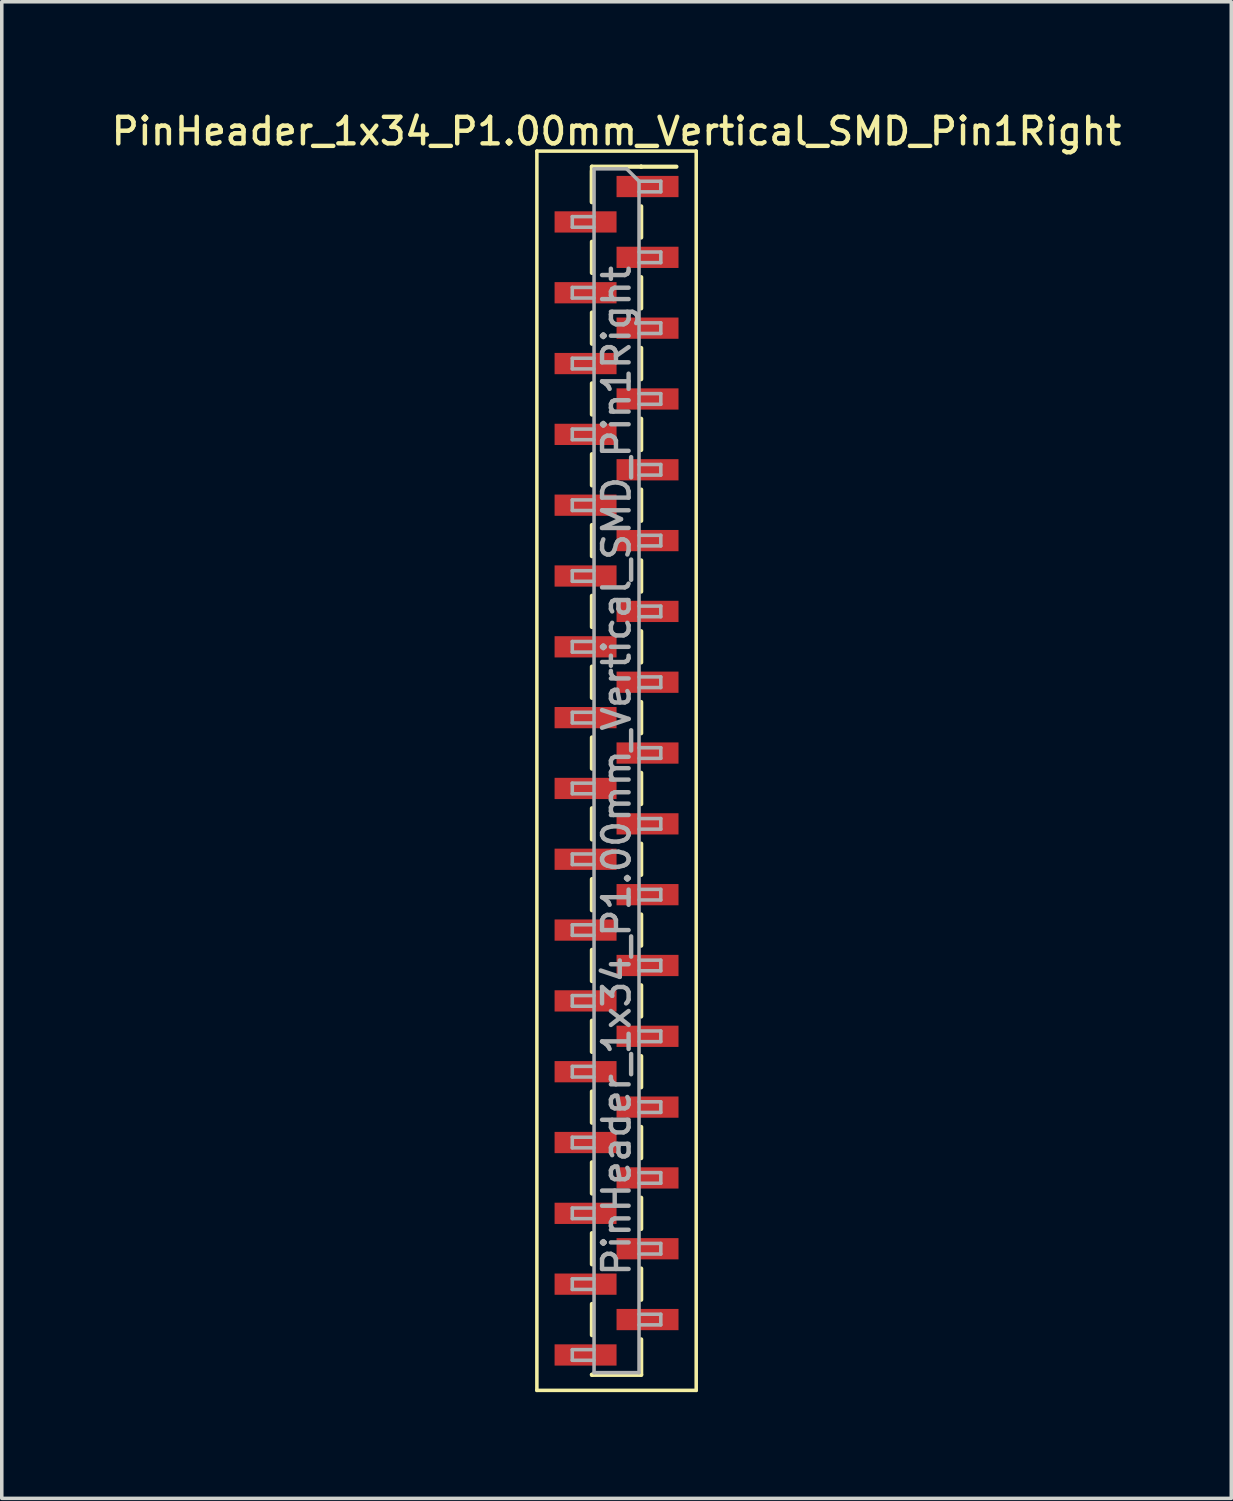
<source format=kicad_pcb>
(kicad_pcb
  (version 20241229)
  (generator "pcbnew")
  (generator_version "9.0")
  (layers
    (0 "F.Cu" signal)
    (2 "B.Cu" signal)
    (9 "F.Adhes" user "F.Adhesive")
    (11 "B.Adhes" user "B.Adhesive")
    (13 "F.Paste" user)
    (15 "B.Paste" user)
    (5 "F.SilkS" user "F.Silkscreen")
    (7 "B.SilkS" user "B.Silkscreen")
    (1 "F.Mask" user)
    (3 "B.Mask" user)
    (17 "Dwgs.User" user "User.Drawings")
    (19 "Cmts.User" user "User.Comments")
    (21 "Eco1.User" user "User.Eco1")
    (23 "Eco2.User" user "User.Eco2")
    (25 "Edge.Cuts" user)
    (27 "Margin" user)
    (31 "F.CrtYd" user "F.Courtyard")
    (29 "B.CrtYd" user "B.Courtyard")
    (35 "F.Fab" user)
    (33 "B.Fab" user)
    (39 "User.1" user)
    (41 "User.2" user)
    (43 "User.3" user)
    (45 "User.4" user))
  (footprint "PinHeader_1x34_P1.00mm_Vertical_SMD_Pin1Right"
    (layer "F.Cu")
    (at 14.363 18.718)
    (property "Reference" "PinHeader_1x34_P1.00mm_Vertical_SMD_Pin1Right" (at 0 -18.06 0) (layer "F.SilkS") (effects (font (size 0.75 0.75) (thickness 0.125))))
    (attr smd)
    (fp_line (start -2.25 -17.5) (end -2.25 17.5) (stroke (width 0.1) (type solid)) (layer "F.SilkS"))
    (fp_line (start -2.25 17.5) (end 2.25 17.5) (stroke (width 0.1) (type solid)) (layer "F.SilkS"))
    (fp_line (start -0.695 -17.06) (end -0.695 -16.06) (stroke (width 0.12) (type solid)) (layer "F.SilkS"))
    (fp_line (start -0.695 -17.06) (end 0.695 -17.06) (stroke (width 0.12) (type solid)) (layer "F.SilkS"))
    (fp_line (start -0.695 -16.94) (end -0.695 -16.06) (stroke (width 0.12) (type solid)) (layer "F.SilkS"))
    (fp_line (start -0.695 -14.94) (end -0.695 -14.06) (stroke (width 0.12) (type solid)) (layer "F.SilkS"))
    (fp_line (start -0.695 -12.94) (end -0.695 -12.06) (stroke (width 0.12) (type solid)) (layer "F.SilkS"))
    (fp_line (start -0.695 -10.94) (end -0.695 -10.06) (stroke (width 0.12) (type solid)) (layer "F.SilkS"))
    (fp_line (start -0.695 -8.94) (end -0.695 -8.06) (stroke (width 0.12) (type solid)) (layer "F.SilkS"))
    (fp_line (start -0.695 -6.94) (end -0.695 -6.06) (stroke (width 0.12) (type solid)) (layer "F.SilkS"))
    (fp_line (start -0.695 -4.94) (end -0.695 -4.06) (stroke (width 0.12) (type solid)) (layer "F.SilkS"))
    (fp_line (start -0.695 -2.94) (end -0.695 -2.06) (stroke (width 0.12) (type solid)) (layer "F.SilkS"))
    (fp_line (start -0.695 -0.94) (end -0.695 -0.06) (stroke (width 0.12) (type solid)) (layer "F.SilkS"))
    (fp_line (start -0.695 1.06) (end -0.695 1.94) (stroke (width 0.12) (type solid)) (layer "F.SilkS"))
    (fp_line (start -0.695 3.06) (end -0.695 3.94) (stroke (width 0.12) (type solid)) (layer "F.SilkS"))
    (fp_line (start -0.695 5.06) (end -0.695 5.94) (stroke (width 0.12) (type solid)) (layer "F.SilkS"))
    (fp_line (start -0.695 7.06) (end -0.695 7.94) (stroke (width 0.12) (type solid)) (layer "F.SilkS"))
    (fp_line (start -0.695 9.06) (end -0.695 9.94) (stroke (width 0.12) (type solid)) (layer "F.SilkS"))
    (fp_line (start -0.695 11.06) (end -0.695 11.94) (stroke (width 0.12) (type solid)) (layer "F.SilkS"))
    (fp_line (start -0.695 13.06) (end -0.695 13.94) (stroke (width 0.12) (type solid)) (layer "F.SilkS"))
    (fp_line (start -0.695 15.06) (end -0.695 15.94) (stroke (width 0.12) (type solid)) (layer "F.SilkS"))
    (fp_line (start -0.695 17.06) (end -0.695 17.06) (stroke (width 0.12) (type solid)) (layer "F.SilkS"))
    (fp_line (start -0.695 17.06) (end 0.695 17.06) (stroke (width 0.12) (type solid)) (layer "F.SilkS"))
    (fp_line (start 0.695 -17.06) (end 0.695 -17.06) (stroke (width 0.12) (type solid)) (layer "F.SilkS"))
    (fp_line (start 0.695 -17.06) (end 1.69 -17.06) (stroke (width 0.12) (type solid)) (layer "F.SilkS"))
    (fp_line (start 0.695 -15.94) (end 0.695 -15.06) (stroke (width 0.12) (type solid)) (layer "F.SilkS"))
    (fp_line (start 0.695 -13.94) (end 0.695 -13.06) (stroke (width 0.12) (type solid)) (layer "F.SilkS"))
    (fp_line (start 0.695 -11.94) (end 0.695 -11.06) (stroke (width 0.12) (type solid)) (layer "F.SilkS"))
    (fp_line (start 0.695 -9.94) (end 0.695 -9.06) (stroke (width 0.12) (type solid)) (layer "F.SilkS"))
    (fp_line (start 0.695 -7.94) (end 0.695 -7.06) (stroke (width 0.12) (type solid)) (layer "F.SilkS"))
    (fp_line (start 0.695 -5.94) (end 0.695 -5.06) (stroke (width 0.12) (type solid)) (layer "F.SilkS"))
    (fp_line (start 0.695 -3.94) (end 0.695 -3.06) (stroke (width 0.12) (type solid)) (layer "F.SilkS"))
    (fp_line (start 0.695 -1.94) (end 0.695 -1.06) (stroke (width 0.12) (type solid)) (layer "F.SilkS"))
    (fp_line (start 0.695 0.06) (end 0.695 0.94) (stroke (width 0.12) (type solid)) (layer "F.SilkS"))
    (fp_line (start 0.695 2.06) (end 0.695 2.94) (stroke (width 0.12) (type solid)) (layer "F.SilkS"))
    (fp_line (start 0.695 4.06) (end 0.695 4.94) (stroke (width 0.12) (type solid)) (layer "F.SilkS"))
    (fp_line (start 0.695 6.06) (end 0.695 6.94) (stroke (width 0.12) (type solid)) (layer "F.SilkS"))
    (fp_line (start 0.695 8.06) (end 0.695 8.94) (stroke (width 0.12) (type solid)) (layer "F.SilkS"))
    (fp_line (start 0.695 10.06) (end 0.695 10.94) (stroke (width 0.12) (type solid)) (layer "F.SilkS"))
    (fp_line (start 0.695 12.06) (end 0.695 12.94) (stroke (width 0.12) (type solid)) (layer "F.SilkS"))
    (fp_line (start 0.695 14.06) (end 0.695 14.94) (stroke (width 0.12) (type solid)) (layer "F.SilkS"))
    (fp_line (start 0.695 16.06) (end 0.695 17.06) (stroke (width 0.12) (type solid)) (layer "F.SilkS"))
    (fp_line (start 2.25 -17.5) (end -2.25 -17.5) (stroke (width 0.1) (type solid)) (layer "F.SilkS"))
    (fp_line (start 2.25 17.5) (end 2.25 -17.5) (stroke (width 0.1) (type solid)) (layer "F.SilkS"))
    (fp_line (start -1.25 -15.65) (end -1.25 -15.35) (stroke (width 0.1) (type solid)) (layer "F.Fab"))
    (fp_line (start -1.25 -15.35) (end -0.635 -15.35) (stroke (width 0.1) (type solid)) (layer "F.Fab"))
    (fp_line (start -1.25 -13.65) (end -1.25 -13.35) (stroke (width 0.1) (type solid)) (layer "F.Fab"))
    (fp_line (start -1.25 -13.35) (end -0.635 -13.35) (stroke (width 0.1) (type solid)) (layer "F.Fab"))
    (fp_line (start -1.25 -11.65) (end -1.25 -11.35) (stroke (width 0.1) (type solid)) (layer "F.Fab"))
    (fp_line (start -1.25 -11.35) (end -0.635 -11.35) (stroke (width 0.1) (type solid)) (layer "F.Fab"))
    (fp_line (start -1.25 -9.65) (end -1.25 -9.35) (stroke (width 0.1) (type solid)) (layer "F.Fab"))
    (fp_line (start -1.25 -9.35) (end -0.635 -9.35) (stroke (width 0.1) (type solid)) (layer "F.Fab"))
    (fp_line (start -1.25 -7.65) (end -1.25 -7.35) (stroke (width 0.1) (type solid)) (layer "F.Fab"))
    (fp_line (start -1.25 -7.35) (end -0.635 -7.35) (stroke (width 0.1) (type solid)) (layer "F.Fab"))
    (fp_line (start -1.25 -5.65) (end -1.25 -5.35) (stroke (width 0.1) (type solid)) (layer "F.Fab"))
    (fp_line (start -1.25 -5.35) (end -0.635 -5.35) (stroke (width 0.1) (type solid)) (layer "F.Fab"))
    (fp_line (start -1.25 -3.65) (end -1.25 -3.35) (stroke (width 0.1) (type solid)) (layer "F.Fab"))
    (fp_line (start -1.25 -3.35) (end -0.635 -3.35) (stroke (width 0.1) (type solid)) (layer "F.Fab"))
    (fp_line (start -1.25 -1.65) (end -1.25 -1.35) (stroke (width 0.1) (type solid)) (layer "F.Fab"))
    (fp_line (start -1.25 -1.35) (end -0.635 -1.35) (stroke (width 0.1) (type solid)) (layer "F.Fab"))
    (fp_line (start -1.25 0.35) (end -1.25 0.65) (stroke (width 0.1) (type solid)) (layer "F.Fab"))
    (fp_line (start -1.25 0.65) (end -0.635 0.65) (stroke (width 0.1) (type solid)) (layer "F.Fab"))
    (fp_line (start -1.25 2.35) (end -1.25 2.65) (stroke (width 0.1) (type solid)) (layer "F.Fab"))
    (fp_line (start -1.25 2.65) (end -0.635 2.65) (stroke (width 0.1) (type solid)) (layer "F.Fab"))
    (fp_line (start -1.25 4.35) (end -1.25 4.65) (stroke (width 0.1) (type solid)) (layer "F.Fab"))
    (fp_line (start -1.25 4.65) (end -0.635 4.65) (stroke (width 0.1) (type solid)) (layer "F.Fab"))
    (fp_line (start -1.25 6.35) (end -1.25 6.65) (stroke (width 0.1) (type solid)) (layer "F.Fab"))
    (fp_line (start -1.25 6.65) (end -0.635 6.65) (stroke (width 0.1) (type solid)) (layer "F.Fab"))
    (fp_line (start -1.25 8.35) (end -1.25 8.65) (stroke (width 0.1) (type solid)) (layer "F.Fab"))
    (fp_line (start -1.25 8.65) (end -0.635 8.65) (stroke (width 0.1) (type solid)) (layer "F.Fab"))
    (fp_line (start -1.25 10.35) (end -1.25 10.65) (stroke (width 0.1) (type solid)) (layer "F.Fab"))
    (fp_line (start -1.25 10.65) (end -0.635 10.65) (stroke (width 0.1) (type solid)) (layer "F.Fab"))
    (fp_line (start -1.25 12.35) (end -1.25 12.65) (stroke (width 0.1) (type solid)) (layer "F.Fab"))
    (fp_line (start -1.25 12.65) (end -0.635 12.65) (stroke (width 0.1) (type solid)) (layer "F.Fab"))
    (fp_line (start -1.25 14.35) (end -1.25 14.65) (stroke (width 0.1) (type solid)) (layer "F.Fab"))
    (fp_line (start -1.25 14.65) (end -0.635 14.65) (stroke (width 0.1) (type solid)) (layer "F.Fab"))
    (fp_line (start -1.25 16.35) (end -1.25 16.65) (stroke (width 0.1) (type solid)) (layer "F.Fab"))
    (fp_line (start -1.25 16.65) (end -0.635 16.65) (stroke (width 0.1) (type solid)) (layer "F.Fab"))
    (fp_line (start -0.635 -17) (end -0.635 17) (stroke (width 0.1) (type solid)) (layer "F.Fab"))
    (fp_line (start -0.635 -17) (end 0.285 -17) (stroke (width 0.1) (type solid)) (layer "F.Fab"))
    (fp_line (start -0.635 -15.65) (end -1.25 -15.65) (stroke (width 0.1) (type solid)) (layer "F.Fab"))
    (fp_line (start -0.635 -13.65) (end -1.25 -13.65) (stroke (width 0.1) (type solid)) (layer "F.Fab"))
    (fp_line (start -0.635 -11.65) (end -1.25 -11.65) (stroke (width 0.1) (type solid)) (layer "F.Fab"))
    (fp_line (start -0.635 -9.65) (end -1.25 -9.65) (stroke (width 0.1) (type solid)) (layer "F.Fab"))
    (fp_line (start -0.635 -7.65) (end -1.25 -7.65) (stroke (width 0.1) (type solid)) (layer "F.Fab"))
    (fp_line (start -0.635 -5.65) (end -1.25 -5.65) (stroke (width 0.1) (type solid)) (layer "F.Fab"))
    (fp_line (start -0.635 -3.65) (end -1.25 -3.65) (stroke (width 0.1) (type solid)) (layer "F.Fab"))
    (fp_line (start -0.635 -1.65) (end -1.25 -1.65) (stroke (width 0.1) (type solid)) (layer "F.Fab"))
    (fp_line (start -0.635 0.35) (end -1.25 0.35) (stroke (width 0.1) (type solid)) (layer "F.Fab"))
    (fp_line (start -0.635 2.35) (end -1.25 2.35) (stroke (width 0.1) (type solid)) (layer "F.Fab"))
    (fp_line (start -0.635 4.35) (end -1.25 4.35) (stroke (width 0.1) (type solid)) (layer "F.Fab"))
    (fp_line (start -0.635 6.35) (end -1.25 6.35) (stroke (width 0.1) (type solid)) (layer "F.Fab"))
    (fp_line (start -0.635 8.35) (end -1.25 8.35) (stroke (width 0.1) (type solid)) (layer "F.Fab"))
    (fp_line (start -0.635 10.35) (end -1.25 10.35) (stroke (width 0.1) (type solid)) (layer "F.Fab"))
    (fp_line (start -0.635 12.35) (end -1.25 12.35) (stroke (width 0.1) (type solid)) (layer "F.Fab"))
    (fp_line (start -0.635 14.35) (end -1.25 14.35) (stroke (width 0.1) (type solid)) (layer "F.Fab"))
    (fp_line (start -0.635 16.35) (end -1.25 16.35) (stroke (width 0.1) (type solid)) (layer "F.Fab"))
    (fp_line (start 0.635 -16.65) (end 0.285 -17) (stroke (width 0.1) (type solid)) (layer "F.Fab"))
    (fp_line (start 0.635 -16.65) (end 1.25 -16.65) (stroke (width 0.1) (type solid)) (layer "F.Fab"))
    (fp_line (start 0.635 -14.65) (end 1.25 -14.65) (stroke (width 0.1) (type solid)) (layer "F.Fab"))
    (fp_line (start 0.635 -12.65) (end 1.25 -12.65) (stroke (width 0.1) (type solid)) (layer "F.Fab"))
    (fp_line (start 0.635 -10.65) (end 1.25 -10.65) (stroke (width 0.1) (type solid)) (layer "F.Fab"))
    (fp_line (start 0.635 -8.65) (end 1.25 -8.65) (stroke (width 0.1) (type solid)) (layer "F.Fab"))
    (fp_line (start 0.635 -6.65) (end 1.25 -6.65) (stroke (width 0.1) (type solid)) (layer "F.Fab"))
    (fp_line (start 0.635 -4.65) (end 1.25 -4.65) (stroke (width 0.1) (type solid)) (layer "F.Fab"))
    (fp_line (start 0.635 -2.65) (end 1.25 -2.65) (stroke (width 0.1) (type solid)) (layer "F.Fab"))
    (fp_line (start 0.635 -0.65) (end 1.25 -0.65) (stroke (width 0.1) (type solid)) (layer "F.Fab"))
    (fp_line (start 0.635 1.35) (end 1.25 1.35) (stroke (width 0.1) (type solid)) (layer "F.Fab"))
    (fp_line (start 0.635 3.35) (end 1.25 3.35) (stroke (width 0.1) (type solid)) (layer "F.Fab"))
    (fp_line (start 0.635 5.35) (end 1.25 5.35) (stroke (width 0.1) (type solid)) (layer "F.Fab"))
    (fp_line (start 0.635 7.35) (end 1.25 7.35) (stroke (width 0.1) (type solid)) (layer "F.Fab"))
    (fp_line (start 0.635 9.35) (end 1.25 9.35) (stroke (width 0.1) (type solid)) (layer "F.Fab"))
    (fp_line (start 0.635 11.35) (end 1.25 11.35) (stroke (width 0.1) (type solid)) (layer "F.Fab"))
    (fp_line (start 0.635 13.35) (end 1.25 13.35) (stroke (width 0.1) (type solid)) (layer "F.Fab"))
    (fp_line (start 0.635 15.35) (end 1.25 15.35) (stroke (width 0.1) (type solid)) (layer "F.Fab"))
    (fp_line (start 0.635 17) (end -0.635 17) (stroke (width 0.1) (type solid)) (layer "F.Fab"))
    (fp_line (start 0.635 17) (end 0.635 -16.65) (stroke (width 0.1) (type solid)) (layer "F.Fab"))
    (fp_line (start 1.25 -16.65) (end 1.25 -16.35) (stroke (width 0.1) (type solid)) (layer "F.Fab"))
    (fp_line (start 1.25 -16.35) (end 0.635 -16.35) (stroke (width 0.1) (type solid)) (layer "F.Fab"))
    (fp_line (start 1.25 -14.65) (end 1.25 -14.35) (stroke (width 0.1) (type solid)) (layer "F.Fab"))
    (fp_line (start 1.25 -14.35) (end 0.635 -14.35) (stroke (width 0.1) (type solid)) (layer "F.Fab"))
    (fp_line (start 1.25 -12.65) (end 1.25 -12.35) (stroke (width 0.1) (type solid)) (layer "F.Fab"))
    (fp_line (start 1.25 -12.35) (end 0.635 -12.35) (stroke (width 0.1) (type solid)) (layer "F.Fab"))
    (fp_line (start 1.25 -10.65) (end 1.25 -10.35) (stroke (width 0.1) (type solid)) (layer "F.Fab"))
    (fp_line (start 1.25 -10.35) (end 0.635 -10.35) (stroke (width 0.1) (type solid)) (layer "F.Fab"))
    (fp_line (start 1.25 -8.65) (end 1.25 -8.35) (stroke (width 0.1) (type solid)) (layer "F.Fab"))
    (fp_line (start 1.25 -8.35) (end 0.635 -8.35) (stroke (width 0.1) (type solid)) (layer "F.Fab"))
    (fp_line (start 1.25 -6.65) (end 1.25 -6.35) (stroke (width 0.1) (type solid)) (layer "F.Fab"))
    (fp_line (start 1.25 -6.35) (end 0.635 -6.35) (stroke (width 0.1) (type solid)) (layer "F.Fab"))
    (fp_line (start 1.25 -4.65) (end 1.25 -4.35) (stroke (width 0.1) (type solid)) (layer "F.Fab"))
    (fp_line (start 1.25 -4.35) (end 0.635 -4.35) (stroke (width 0.1) (type solid)) (layer "F.Fab"))
    (fp_line (start 1.25 -2.65) (end 1.25 -2.35) (stroke (width 0.1) (type solid)) (layer "F.Fab"))
    (fp_line (start 1.25 -2.35) (end 0.635 -2.35) (stroke (width 0.1) (type solid)) (layer "F.Fab"))
    (fp_line (start 1.25 -0.65) (end 1.25 -0.35) (stroke (width 0.1) (type solid)) (layer "F.Fab"))
    (fp_line (start 1.25 -0.35) (end 0.635 -0.35) (stroke (width 0.1) (type solid)) (layer "F.Fab"))
    (fp_line (start 1.25 1.35) (end 1.25 1.65) (stroke (width 0.1) (type solid)) (layer "F.Fab"))
    (fp_line (start 1.25 1.65) (end 0.635 1.65) (stroke (width 0.1) (type solid)) (layer "F.Fab"))
    (fp_line (start 1.25 3.35) (end 1.25 3.65) (stroke (width 0.1) (type solid)) (layer "F.Fab"))
    (fp_line (start 1.25 3.65) (end 0.635 3.65) (stroke (width 0.1) (type solid)) (layer "F.Fab"))
    (fp_line (start 1.25 5.35) (end 1.25 5.65) (stroke (width 0.1) (type solid)) (layer "F.Fab"))
    (fp_line (start 1.25 5.65) (end 0.635 5.65) (stroke (width 0.1) (type solid)) (layer "F.Fab"))
    (fp_line (start 1.25 7.35) (end 1.25 7.65) (stroke (width 0.1) (type solid)) (layer "F.Fab"))
    (fp_line (start 1.25 7.65) (end 0.635 7.65) (stroke (width 0.1) (type solid)) (layer "F.Fab"))
    (fp_line (start 1.25 9.35) (end 1.25 9.65) (stroke (width 0.1) (type solid)) (layer "F.Fab"))
    (fp_line (start 1.25 9.65) (end 0.635 9.65) (stroke (width 0.1) (type solid)) (layer "F.Fab"))
    (fp_line (start 1.25 11.35) (end 1.25 11.65) (stroke (width 0.1) (type solid)) (layer "F.Fab"))
    (fp_line (start 1.25 11.65) (end 0.635 11.65) (stroke (width 0.1) (type solid)) (layer "F.Fab"))
    (fp_line (start 1.25 13.35) (end 1.25 13.65) (stroke (width 0.1) (type solid)) (layer "F.Fab"))
    (fp_line (start 1.25 13.65) (end 0.635 13.65) (stroke (width 0.1) (type solid)) (layer "F.Fab"))
    (fp_line (start 1.25 15.35) (end 1.25 15.65) (stroke (width 0.1) (type solid)) (layer "F.Fab"))
    (fp_line (start 1.25 15.65) (end 0.635 15.65) (stroke (width 0.1) (type solid)) (layer "F.Fab"))
    (fp_text user "${REFERENCE}" (at 0 0 90) (layer "F.Fab") (effects (font (size 0.75 0.75) (thickness 0.125))))
    (pad "1" smd rect (at 0.875 -16.5) (size 1.75 0.6) (layers "F.Cu" "F.Mask" "F.Paste"))
    (pad "2" smd rect (at -0.875 -15.5) (size 1.75 0.6) (layers "F.Cu" "F.Mask" "F.Paste"))
    (pad "3" smd rect (at 0.875 -14.5) (size 1.75 0.6) (layers "F.Cu" "F.Mask" "F.Paste"))
    (pad "4" smd rect (at -0.875 -13.5) (size 1.75 0.6) (layers "F.Cu" "F.Mask" "F.Paste"))
    (pad "5" smd rect (at 0.875 -12.5) (size 1.75 0.6) (layers "F.Cu" "F.Mask" "F.Paste"))
    (pad "6" smd rect (at -0.875 -11.5) (size 1.75 0.6) (layers "F.Cu" "F.Mask" "F.Paste"))
    (pad "7" smd rect (at 0.875 -10.5) (size 1.75 0.6) (layers "F.Cu" "F.Mask" "F.Paste"))
    (pad "8" smd rect (at -0.875 -9.5) (size 1.75 0.6) (layers "F.Cu" "F.Mask" "F.Paste"))
    (pad "9" smd rect (at 0.875 -8.5) (size 1.75 0.6) (layers "F.Cu" "F.Mask" "F.Paste"))
    (pad "10" smd rect (at -0.875 -7.5) (size 1.75 0.6) (layers "F.Cu" "F.Mask" "F.Paste"))
    (pad "11" smd rect (at 0.875 -6.5) (size 1.75 0.6) (layers "F.Cu" "F.Mask" "F.Paste"))
    (pad "12" smd rect (at -0.875 -5.5) (size 1.75 0.6) (layers "F.Cu" "F.Mask" "F.Paste"))
    (pad "13" smd rect (at 0.875 -4.5) (size 1.75 0.6) (layers "F.Cu" "F.Mask" "F.Paste"))
    (pad "14" smd rect (at -0.875 -3.5) (size 1.75 0.6) (layers "F.Cu" "F.Mask" "F.Paste"))
    (pad "15" smd rect (at 0.875 -2.5) (size 1.75 0.6) (layers "F.Cu" "F.Mask" "F.Paste"))
    (pad "16" smd rect (at -0.875 -1.5) (size 1.75 0.6) (layers "F.Cu" "F.Mask" "F.Paste"))
    (pad "17" smd rect (at 0.875 -0.5) (size 1.75 0.6) (layers "F.Cu" "F.Mask" "F.Paste"))
    (pad "18" smd rect (at -0.875 0.5) (size 1.75 0.6) (layers "F.Cu" "F.Mask" "F.Paste"))
    (pad "19" smd rect (at 0.875 1.5) (size 1.75 0.6) (layers "F.Cu" "F.Mask" "F.Paste"))
    (pad "20" smd rect (at -0.875 2.5) (size 1.75 0.6) (layers "F.Cu" "F.Mask" "F.Paste"))
    (pad "21" smd rect (at 0.875 3.5) (size 1.75 0.6) (layers "F.Cu" "F.Mask" "F.Paste"))
    (pad "22" smd rect (at -0.875 4.5) (size 1.75 0.6) (layers "F.Cu" "F.Mask" "F.Paste"))
    (pad "23" smd rect (at 0.875 5.5) (size 1.75 0.6) (layers "F.Cu" "F.Mask" "F.Paste"))
    (pad "24" smd rect (at -0.875 6.5) (size 1.75 0.6) (layers "F.Cu" "F.Mask" "F.Paste"))
    (pad "25" smd rect (at 0.875 7.5) (size 1.75 0.6) (layers "F.Cu" "F.Mask" "F.Paste"))
    (pad "26" smd rect (at -0.875 8.5) (size 1.75 0.6) (layers "F.Cu" "F.Mask" "F.Paste"))
    (pad "27" smd rect (at 0.875 9.5) (size 1.75 0.6) (layers "F.Cu" "F.Mask" "F.Paste"))
    (pad "28" smd rect (at -0.875 10.5) (size 1.75 0.6) (layers "F.Cu" "F.Mask" "F.Paste"))
    (pad "29" smd rect (at 0.875 11.5) (size 1.75 0.6) (layers "F.Cu" "F.Mask" "F.Paste"))
    (pad "30" smd rect (at -0.875 12.5) (size 1.75 0.6) (layers "F.Cu" "F.Mask" "F.Paste"))
    (pad "31" smd rect (at 0.875 13.5) (size 1.75 0.6) (layers "F.Cu" "F.Mask" "F.Paste"))
    (pad "32" smd rect (at -0.875 14.5) (size 1.75 0.6) (layers "F.Cu" "F.Mask" "F.Paste"))
    (pad "33" smd rect (at 0.875 15.5) (size 1.75 0.6) (layers "F.Cu" "F.Mask" "F.Paste"))
    (pad "34" smd rect (at -0.875 16.5) (size 1.75 0.6) (layers "F.Cu" "F.Mask" "F.Paste")))
  (gr_rect
    (start -3 -3)
    (end 31.725 39.268)
    (stroke (width 0.1) (type default))
    (fill no)
    (layer "Edge.Cuts")))
</source>
